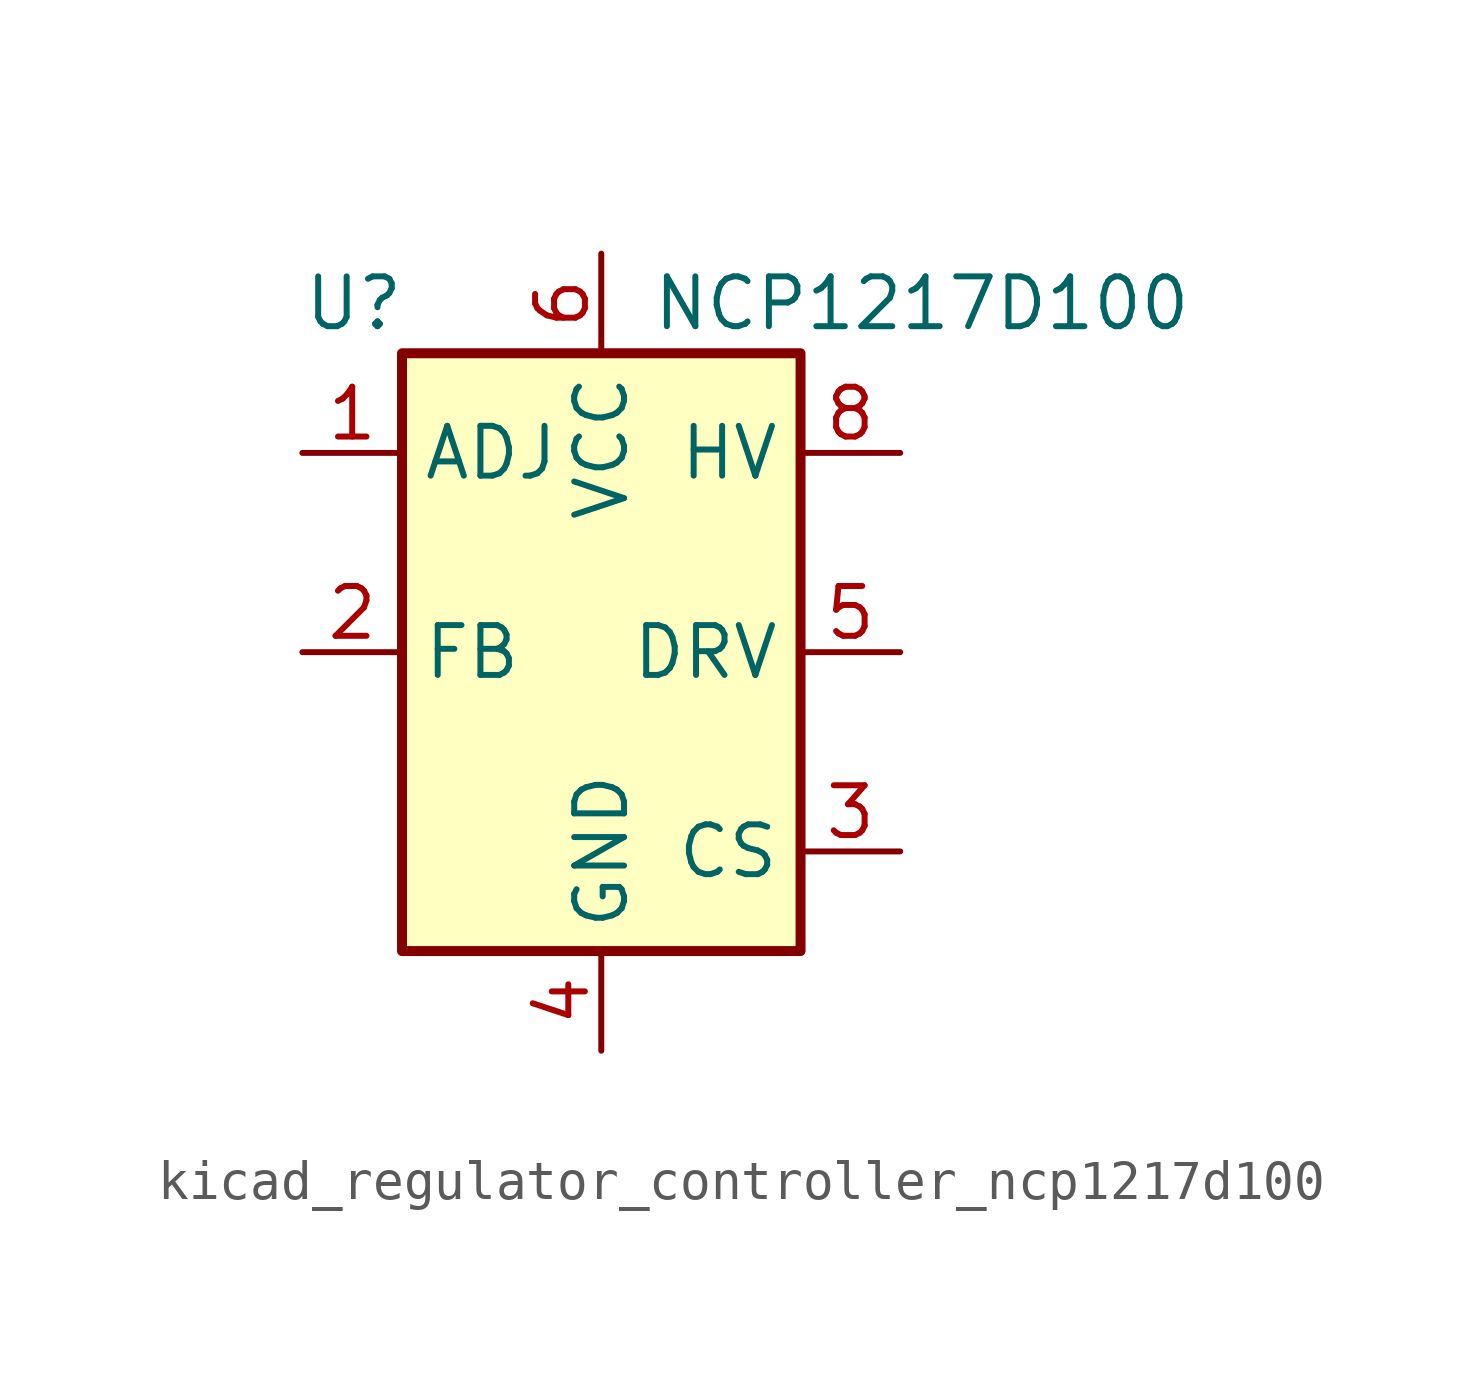
<source format=kicad_sym>
(kicad_symbol_lib
  (version 20220914)
  (generator kicad_symbol_editor)
  (symbol "kicad_regulator_controller_ncp1217d100"
    (property "Reference" "U"
      (at -7.62 8.89 0)
      (effects (font (size 1.27 1.27)) (justify left)))
    (property "Value" "NCP1217D100"
      (at 1.27 8.89 0)
      (effects (font (size 1.27 1.27)) (justify left)))
    (symbol "kicad_regulator_controller_ncp1217d100_0_0"
      (rectangle (start -5.08 7.62) (end 5.08 -7.62) (stroke (width 0.254) (type default)) (fill (type background))))
    (symbol "kicad_regulator_controller_ncp1217d100_1_1"
      (pin input line (at -7.62 5.08 0) (length 2.54) (name "ADJ" (effects (font (size 1.27 1.27)))) (number "1" (effects (font (size 1.27 1.27)))))
      (pin input line (at -7.62 0 0) (length 2.54) (name "FB" (effects (font (size 1.27 1.27)))) (number "2" (effects (font (size 1.27 1.27)))))
      (pin input line (at 7.62 -5.08 180) (length 2.54) (name "CS" (effects (font (size 1.27 1.27)))) (number "3" (effects (font (size 1.27 1.27)))))
      (pin power_in line (at 0 -10.16 90) (length 2.54) (name "GND" (effects (font (size 1.27 1.27)))) (number "4" (effects (font (size 1.27 1.27)))))
      (pin output line (at 7.62 0 180) (length 2.54) (name "DRV" (effects (font (size 1.27 1.27)))) (number "5" (effects (font (size 1.27 1.27)))))
      (pin power_in line (at 0 10.16 270) (length 2.54) (name "VCC" (effects (font (size 1.27 1.27)))) (number "6" (effects (font (size 1.27 1.27)))))
      (pin no_connect line (at -5.08 2.54 0) (length 2.54) hide (name "NC" (effects (font (size 1.27 1.27)))) (number "7" (effects (font (size 1.27 1.27)))))
      (pin input line (at 7.62 5.08 180) (length 2.54) (name "HV" (effects (font (size 1.27 1.27)))) (number "8" (effects (font (size 1.27 1.27))))))))
</source>
